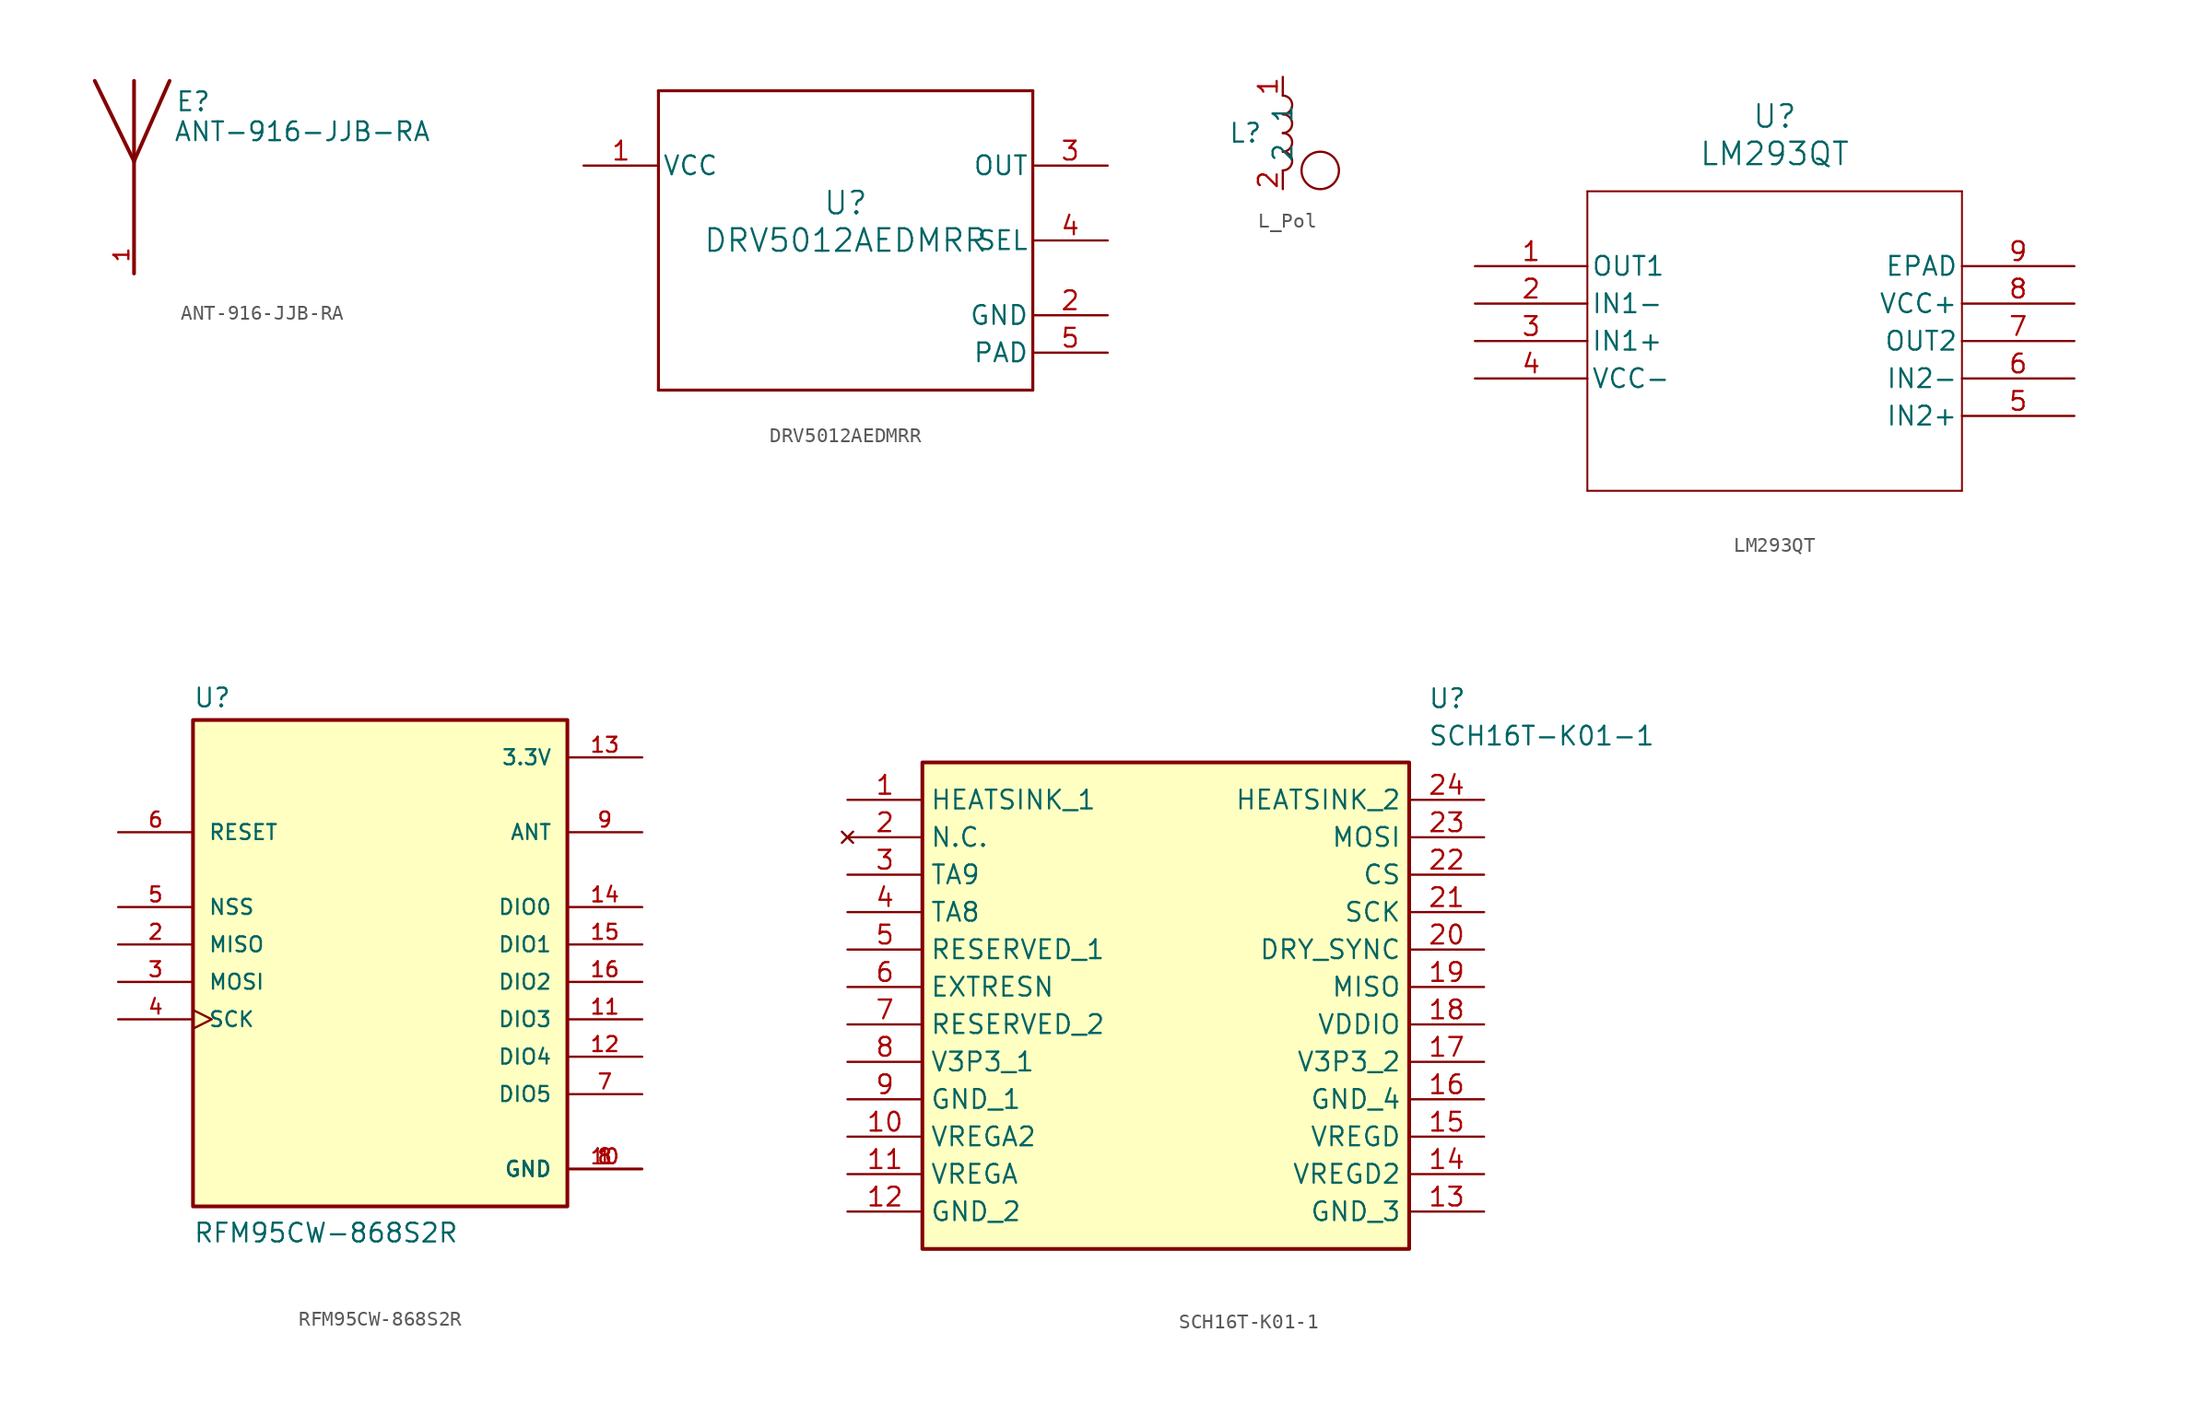
<source format=kicad_sym>
(kicad_symbol_lib
  (version 20241209)
  (generator "kicad_symbol_editor")
  (generator_version "9.0")
  (symbol "ANT-916-JJB-RA"
    (pin_names
      (offset 1.016))
    (property "Reference" "E"
      (at 2.8 5.85 0)
      (effects (font (size 1.27 1.27)) (justify left bottom)))
    (property "Value" "ANT-916-JJB-RA"
      (at 2.673 3.813 0)
      (effects (font (size 1.27 1.27)) (justify left bottom)))
    (symbol "ANT-916-JJB-RA_0_0"
      (polyline (pts (xy 0 8.001) (xy 0 2.54)) (stroke (width 0.254) (type default)) (fill (type none)))
      (polyline (pts (xy 0 2.54) (xy -2.667 8.001)) (stroke (width 0.254) (type default)) (fill (type none)))
      (polyline (pts (xy 0 2.54) (xy 0 -5.08)) (stroke (width 0.254) (type default)) (fill (type none)))
      (polyline (pts (xy 2.413 8.001) (xy 0 2.54)) (stroke (width 0.254) (type default)) (fill (type none)))
      (pin input line (at 0 -5.08 90) (length 2.54) (name "~" (effects (font (size 1.016 1.016)))) (number "1" (effects (font (size 1.016 1.016)))))))
  (symbol "DRV5012AEDMRR"
    (pin_names
      (offset 0.254))
    (property "Reference" "U"
      (at 0 2.54 0)
      (effects (font (size 1.524 1.524))))
    (property "Value" "DRV5012AEDMRR"
      (at 0 0 0)
      (effects (font (size 1.524 1.524))))
    (symbol "DRV5012AEDMRR_0_1"
      (polyline (pts (xy -12.7 10.16) (xy -12.7 -10.16)) (stroke (width 0.203) (type default)) (fill (type none)))
      (polyline (pts (xy -12.7 -10.16) (xy 12.7 -10.16)) (stroke (width 0.203) (type default)) (fill (type none)))
      (polyline (pts (xy 12.7 10.16) (xy -12.7 10.16)) (stroke (width 0.203) (type default)) (fill (type none)))
      (polyline (pts (xy 12.7 -10.16) (xy 12.7 10.16)) (stroke (width 0.203) (type default)) (fill (type none)))
      (pin power_in line (at -17.78 5.08 0) (length 5.08) (name "VCC" (effects (font (size 1.27 1.27)))) (number "1" (effects (font (size 1.27 1.27)))))
      (pin output line (at 17.78 5.08 180) (length 5.08) (name "OUT" (effects (font (size 1.27 1.27)))) (number "3" (effects (font (size 1.27 1.27)))))
      (pin input line (at 17.78 0 180) (length 5.08) (name "SEL" (effects (font (size 1.27 1.27)))) (number "4" (effects (font (size 1.27 1.27)))))
      (pin power_in line (at 17.78 -5.08 180) (length 5.08) (name "GND" (effects (font (size 1.27 1.27)))) (number "2" (effects (font (size 1.27 1.27)))))
      (pin power_in line (at 17.78 -7.62 180) (length 5.08) (name "PAD" (effects (font (size 1.27 1.27)))) (number "5" (effects (font (size 1.27 1.27)))))))
  (symbol "L_Pol"
    (property "Reference" "L"
      (at -2.54 0 0)
      (effects (font (size 1.27 1.27))))
    (property "Value" ""
      (at -2.54 0 0)
      (effects (font (size 1.27 1.27))))
    (symbol "L_Pol_0_1"
      (arc (start 0 2.54) (mid 0.6323 1.905) (end 0 1.27) (stroke (width 0) (type default)) (fill (type none)))
      (arc (start 0 1.27) (mid 0.6323 0.635) (end 0 0) (stroke (width 0) (type default)) (fill (type none)))
      (arc (start 0 0) (mid 0.6323 -0.635) (end 0 -1.27) (stroke (width 0) (type default)) (fill (type none)))
      (arc (start 0 -1.27) (mid 0.6323 -1.905) (end 0 -2.54) (stroke (width 0) (type default)) (fill (type none)))
      (circle (center 2.54 -2.54) (radius 1.27) (stroke (width 0) (type default)) (fill (type none))))
    (symbol "L_Pol_1_1"
      (pin passive line (at 0 3.81 270) (length 1.27) (name "1" (effects (font (size 1.27 1.27)))) (number "1" (effects (font (size 1.27 1.27)))))
      (pin passive line (at 0 -3.81 90) (length 1.27) (name "2" (effects (font (size 1.27 1.27)))) (number "2" (effects (font (size 1.27 1.27)))))))
  (symbol "LM293QT"
    (pin_names
      (offset 0.254))
    (property "Reference" "U"
      (at 20.32 10.16 0)
      (effects (font (size 1.524 1.524))))
    (property "Value" "LM293QT"
      (at 20.32 7.62 0)
      (effects (font (size 1.524 1.524))))
    (symbol "LM293QT_0_1"
      (polyline (pts (xy 7.62 5.08) (xy 7.62 -15.24)) (stroke (width 0.127) (type default)) (fill (type none)))
      (polyline (pts (xy 7.62 -15.24) (xy 33.02 -15.24)) (stroke (width 0.127) (type default)) (fill (type none)))
      (polyline (pts (xy 33.02 5.08) (xy 7.62 5.08)) (stroke (width 0.127) (type default)) (fill (type none)))
      (polyline (pts (xy 33.02 -15.24) (xy 33.02 5.08)) (stroke (width 0.127) (type default)) (fill (type none)))
      (pin output line (at 0 0 0) (length 7.62) (name "OUT1" (effects (font (size 1.27 1.27)))) (number "1" (effects (font (size 1.27 1.27)))))
      (pin input line (at 0 -2.54 0) (length 7.62) (name "IN1-" (effects (font (size 1.27 1.27)))) (number "2" (effects (font (size 1.27 1.27)))))
      (pin input line (at 0 -5.08 0) (length 7.62) (name "IN1+" (effects (font (size 1.27 1.27)))) (number "3" (effects (font (size 1.27 1.27)))))
      (pin power_in line (at 0 -7.62 0) (length 7.62) (name "VCC-" (effects (font (size 1.27 1.27)))) (number "4" (effects (font (size 1.27 1.27)))))
      (pin power_out line (at 40.64 0 180) (length 7.62) (name "EPAD" (effects (font (size 1.27 1.27)))) (number "9" (effects (font (size 1.27 1.27)))))
      (pin power_in line (at 40.64 -2.54 180) (length 7.62) (name "VCC+" (effects (font (size 1.27 1.27)))) (number "8" (effects (font (size 1.27 1.27)))))
      (pin output line (at 40.64 -5.08 180) (length 7.62) (name "OUT2" (effects (font (size 1.27 1.27)))) (number "7" (effects (font (size 1.27 1.27)))))
      (pin input line (at 40.64 -7.62 180) (length 7.62) (name "IN2-" (effects (font (size 1.27 1.27)))) (number "6" (effects (font (size 1.27 1.27)))))
      (pin input line (at 40.64 -10.16 180) (length 7.62) (name "IN2+" (effects (font (size 1.27 1.27)))) (number "5" (effects (font (size 1.27 1.27)))))))
  (symbol "RFM95CW-868S2R"
    (pin_names
      (offset 1.016))
    (property "Reference" "U"
      (at -12.7 16.002 0)
      (effects (font (size 1.27 1.27)) (justify left bottom)))
    (property "Value" "RFM95CW-868S2R"
      (at -12.7 -20.32 0)
      (effects (font (size 1.27 1.27)) (justify left bottom)))
    (symbol "RFM95CW-868S2R_0_0"
      (rectangle (start -12.7 -17.78) (end 12.7 15.24) (stroke (width 0.254) (type default)) (fill (type background)))
      (pin input line (at -17.78 7.62 0) (length 5.08) (name "RESET" (effects (font (size 1.016 1.016)))) (number "6" (effects (font (size 1.016 1.016)))))
      (pin input line (at -17.78 2.54 0) (length 5.08) (name "NSS" (effects (font (size 1.016 1.016)))) (number "5" (effects (font (size 1.016 1.016)))))
      (pin output line (at -17.78 0 0) (length 5.08) (name "MISO" (effects (font (size 1.016 1.016)))) (number "2" (effects (font (size 1.016 1.016)))))
      (pin input line (at -17.78 -2.54 0) (length 5.08) (name "MOSI" (effects (font (size 1.016 1.016)))) (number "3" (effects (font (size 1.016 1.016)))))
      (pin input clock (at -17.78 -5.08 0) (length 5.08) (name "SCK" (effects (font (size 1.016 1.016)))) (number "4" (effects (font (size 1.016 1.016)))))
      (pin power_in line (at 17.78 12.7 180) (length 5.08) (name "3.3V" (effects (font (size 1.016 1.016)))) (number "13" (effects (font (size 1.016 1.016)))))
      (pin bidirectional line (at 17.78 7.62 180) (length 5.08) (name "ANT" (effects (font (size 1.016 1.016)))) (number "9" (effects (font (size 1.016 1.016)))))
      (pin bidirectional line (at 17.78 2.54 180) (length 5.08) (name "DIO0" (effects (font (size 1.016 1.016)))) (number "14" (effects (font (size 1.016 1.016)))))
      (pin bidirectional line (at 17.78 0 180) (length 5.08) (name "DIO1" (effects (font (size 1.016 1.016)))) (number "15" (effects (font (size 1.016 1.016)))))
      (pin bidirectional line (at 17.78 -2.54 180) (length 5.08) (name "DIO2" (effects (font (size 1.016 1.016)))) (number "16" (effects (font (size 1.016 1.016)))))
      (pin bidirectional line (at 17.78 -5.08 180) (length 5.08) (name "DIO3" (effects (font (size 1.016 1.016)))) (number "11" (effects (font (size 1.016 1.016)))))
      (pin bidirectional line (at 17.78 -7.62 180) (length 5.08) (name "DIO4" (effects (font (size 1.016 1.016)))) (number "12" (effects (font (size 1.016 1.016)))))
      (pin bidirectional line (at 17.78 -10.16 180) (length 5.08) (name "DIO5" (effects (font (size 1.016 1.016)))) (number "7" (effects (font (size 1.016 1.016)))))
      (pin power_in line (at 17.78 -15.24 180) (length 5.08) (name "GND" (effects (font (size 1.016 1.016)))) (number "1" (effects (font (size 1.016 1.016)))))
      (pin power_in line (at 17.78 -15.24 180) (length 5.08) (name "GND" (effects (font (size 1.016 1.016)))) (number "10" (effects (font (size 1.016 1.016)))))
      (pin power_in line (at 17.78 -15.24 180) (length 5.08) (name "GND" (effects (font (size 1.016 1.016)))) (number "8" (effects (font (size 1.016 1.016)))))))
  (symbol "SCH16T-K01-1"
    (property "Reference" "U"
      (at 39.37 7.62 0)
      (effects (font (size 1.27 1.27)) (justify left top)))
    (property "Value" "SCH16T-K01-1"
      (at 39.37 5.08 0)
      (effects (font (size 1.27 1.27)) (justify left top)))
    (symbol "SCH16T-K01-1_1_1"
      (rectangle (start 5.08 2.54) (end 38.1 -30.48) (stroke (width 0.254) (type default)) (fill (type background)))
      (pin passive line (at 0 0 0) (length 5.08) (name "HEATSINK_1" (effects (font (size 1.27 1.27)))) (number "1" (effects (font (size 1.27 1.27)))))
      (pin no_connect line (at 0 -2.54 0) (length 5.08) (name "N.C." (effects (font (size 1.27 1.27)))) (number "2" (effects (font (size 1.27 1.27)))))
      (pin passive line (at 0 -5.08 0) (length 5.08) (name "TA9" (effects (font (size 1.27 1.27)))) (number "3" (effects (font (size 1.27 1.27)))))
      (pin passive line (at 0 -7.62 0) (length 5.08) (name "TA8" (effects (font (size 1.27 1.27)))) (number "4" (effects (font (size 1.27 1.27)))))
      (pin passive line (at 0 -10.16 0) (length 5.08) (name "RESERVED_1" (effects (font (size 1.27 1.27)))) (number "5" (effects (font (size 1.27 1.27)))))
      (pin passive line (at 0 -12.7 0) (length 5.08) (name "EXTRESN" (effects (font (size 1.27 1.27)))) (number "6" (effects (font (size 1.27 1.27)))))
      (pin passive line (at 0 -15.24 0) (length 5.08) (name "RESERVED_2" (effects (font (size 1.27 1.27)))) (number "7" (effects (font (size 1.27 1.27)))))
      (pin passive line (at 0 -17.78 0) (length 5.08) (name "V3P3_1" (effects (font (size 1.27 1.27)))) (number "8" (effects (font (size 1.27 1.27)))))
      (pin passive line (at 0 -20.32 0) (length 5.08) (name "GND_1" (effects (font (size 1.27 1.27)))) (number "9" (effects (font (size 1.27 1.27)))))
      (pin passive line (at 0 -22.86 0) (length 5.08) (name "VREGA2" (effects (font (size 1.27 1.27)))) (number "10" (effects (font (size 1.27 1.27)))))
      (pin passive line (at 0 -25.4 0) (length 5.08) (name "VREGA" (effects (font (size 1.27 1.27)))) (number "11" (effects (font (size 1.27 1.27)))))
      (pin passive line (at 0 -27.94 0) (length 5.08) (name "GND_2" (effects (font (size 1.27 1.27)))) (number "12" (effects (font (size 1.27 1.27)))))
      (pin passive line (at 43.18 0 180) (length 5.08) (name "HEATSINK_2" (effects (font (size 1.27 1.27)))) (number "24" (effects (font (size 1.27 1.27)))))
      (pin passive line (at 43.18 -2.54 180) (length 5.08) (name "MOSI" (effects (font (size 1.27 1.27)))) (number "23" (effects (font (size 1.27 1.27)))))
      (pin passive line (at 43.18 -5.08 180) (length 5.08) (name "CS" (effects (font (size 1.27 1.27)))) (number "22" (effects (font (size 1.27 1.27)))))
      (pin passive line (at 43.18 -7.62 180) (length 5.08) (name "SCK" (effects (font (size 1.27 1.27)))) (number "21" (effects (font (size 1.27 1.27)))))
      (pin passive line (at 43.18 -10.16 180) (length 5.08) (name "DRY_SYNC" (effects (font (size 1.27 1.27)))) (number "20" (effects (font (size 1.27 1.27)))))
      (pin passive line (at 43.18 -12.7 180) (length 5.08) (name "MISO" (effects (font (size 1.27 1.27)))) (number "19" (effects (font (size 1.27 1.27)))))
      (pin passive line (at 43.18 -15.24 180) (length 5.08) (name "VDDIO" (effects (font (size 1.27 1.27)))) (number "18" (effects (font (size 1.27 1.27)))))
      (pin passive line (at 43.18 -17.78 180) (length 5.08) (name "V3P3_2" (effects (font (size 1.27 1.27)))) (number "17" (effects (font (size 1.27 1.27)))))
      (pin passive line (at 43.18 -20.32 180) (length 5.08) (name "GND_4" (effects (font (size 1.27 1.27)))) (number "16" (effects (font (size 1.27 1.27)))))
      (pin passive line (at 43.18 -22.86 180) (length 5.08) (name "VREGD" (effects (font (size 1.27 1.27)))) (number "15" (effects (font (size 1.27 1.27)))))
      (pin passive line (at 43.18 -25.4 180) (length 5.08) (name "VREGD2" (effects (font (size 1.27 1.27)))) (number "14" (effects (font (size 1.27 1.27)))))
      (pin passive line (at 43.18 -27.94 180) (length 5.08) (name "GND_3" (effects (font (size 1.27 1.27)))) (number "13" (effects (font (size 1.27 1.27))))))))
</source>
